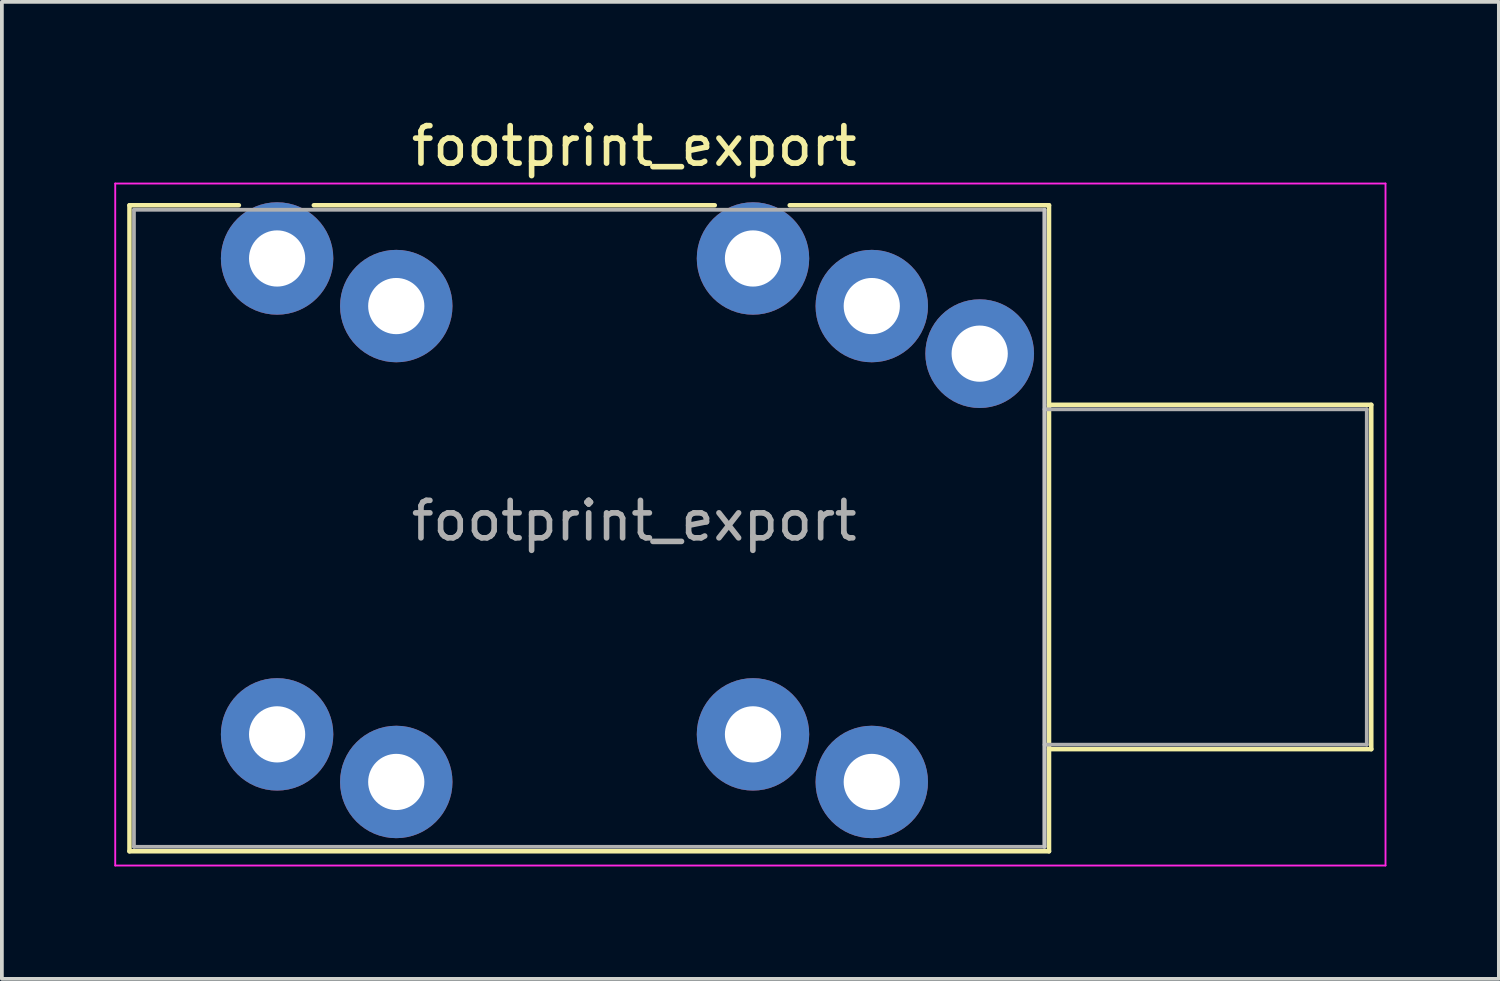
<source format=kicad_pcb>
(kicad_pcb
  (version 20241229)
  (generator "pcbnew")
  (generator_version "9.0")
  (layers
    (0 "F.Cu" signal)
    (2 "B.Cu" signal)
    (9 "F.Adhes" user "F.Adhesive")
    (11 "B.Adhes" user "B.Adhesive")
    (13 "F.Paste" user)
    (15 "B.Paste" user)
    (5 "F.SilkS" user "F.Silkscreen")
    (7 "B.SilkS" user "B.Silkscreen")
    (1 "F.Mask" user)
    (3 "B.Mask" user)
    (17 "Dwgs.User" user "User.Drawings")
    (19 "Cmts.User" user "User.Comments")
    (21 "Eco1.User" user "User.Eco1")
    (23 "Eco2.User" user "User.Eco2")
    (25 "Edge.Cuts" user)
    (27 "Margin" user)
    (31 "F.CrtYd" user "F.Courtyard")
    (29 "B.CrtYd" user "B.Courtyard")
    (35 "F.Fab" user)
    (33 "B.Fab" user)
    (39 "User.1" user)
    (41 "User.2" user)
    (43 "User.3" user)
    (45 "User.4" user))
  (footprint "footprint_export"
    (layer "F.Cu")
    (at 4.345 3.848)
    (property "Reference" "footprint_export" (at 9.53 -3 0) (layer "F.SilkS") (effects (font (size 1 1) (thickness 0.15))))
    (attr through_hole)
    (fp_line (start -3.94 -1.42) (end -1.02 -1.42) (stroke (width 0.12) (type solid)) (layer "F.SilkS"))
    (fp_line (start -3.94 15.82) (end -3.94 -1.42) (stroke (width 0.12) (type solid)) (layer "F.SilkS"))
    (fp_line (start -3.94 15.82) (end 20.6 15.82) (stroke (width 0.12) (type solid)) (layer "F.SilkS"))
    (fp_line (start 0.98 -1.42) (end 11.68 -1.42) (stroke (width 0.12) (type solid)) (layer "F.SilkS"))
    (fp_line (start 13.68 -1.42) (end 20.6 -1.42) (stroke (width 0.12) (type solid)) (layer "F.SilkS"))
    (fp_line (start 20.6 -1.42) (end 20.6 15.82) (stroke (width 0.12) (type solid)) (layer "F.SilkS"))
    (fp_line (start 29.2 3.905) (end 20.6 3.905) (stroke (width 0.12) (type solid)) (layer "F.SilkS"))
    (fp_line (start 29.2 13.095) (end 20.6 13.095) (stroke (width 0.12) (type solid)) (layer "F.SilkS"))
    (fp_line (start 29.2 13.095) (end 29.2 3.905) (stroke (width 0.12) (type solid)) (layer "F.SilkS"))
    (fp_line (start 20.48 -1.3) (end 20.48 15.7) (stroke (width 0.1) (type solid)) (layer "Dwgs.User"))
    (fp_line (start -4.32 16.2) (end -4.32 -2) (stroke (width 0.05) (type solid)) (layer "F.CrtYd"))
    (fp_line (start -4.32 16.2) (end 29.58 16.2) (stroke (width 0.05) (type solid)) (layer "F.CrtYd"))
    (fp_line (start 29.58 -2) (end -4.32 -2) (stroke (width 0.05) (type solid)) (layer "F.CrtYd"))
    (fp_line (start 29.58 16.2) (end 29.58 -2) (stroke (width 0.05) (type solid)) (layer "F.CrtYd"))
    (fp_line (start -3.82 -1.3) (end 20.48 -1.3) (stroke (width 0.1) (type solid)) (layer "F.Fab"))
    (fp_line (start -3.82 15.7) (end -3.82 -1.3) (stroke (width 0.1) (type solid)) (layer "F.Fab"))
    (fp_line (start 20.48 -1.3) (end 20.48 15.7) (stroke (width 0.1) (type solid)) (layer "F.Fab"))
    (fp_line (start 20.48 12.975) (end 29.08 12.975) (stroke (width 0.1) (type solid)) (layer "F.Fab"))
    (fp_line (start 20.48 15.7) (end -3.82 15.7) (stroke (width 0.1) (type solid)) (layer "F.Fab"))
    (fp_line (start 29.08 4.025) (end 20.48 4.025) (stroke (width 0.1) (type solid)) (layer "F.Fab"))
    (fp_line (start 29.08 12.975) (end 29.08 4.025) (stroke (width 0.1) (type solid)) (layer "F.Fab"))
    (fp_text user "${REFERENCE}" (at 9.53 7 0) (layer "F.Fab") (effects (font (size 1 1) (thickness 0.15))))
    (pad "G" thru_hole circle (at 18.75 2.54) (size 2.9 2.9) (drill 1.5) (layers "*.Cu" "*.Mask"))
    (pad "S1" thru_hole circle (at 12.7 0) (size 3 3) (drill 1.5) (layers "*.Cu" "*.Mask"))
    (pad "S2" thru_hole circle (at 15.87 1.27) (size 3 3) (drill 1.5) (layers "*.Cu" "*.Mask"))
    (pad "SN1" thru_hole circle (at 12.7 12.7) (size 3 3) (drill 1.5) (layers "*.Cu" "*.Mask"))
    (pad "SN2" thru_hole circle (at 15.87 13.97) (size 3 3) (drill 1.5) (layers "*.Cu" "*.Mask"))
    (pad "T1" thru_hole circle (at 0 0) (size 3 3) (drill 1.5) (layers "*.Cu" "*.Mask"))
    (pad "T2" thru_hole circle (at 3.18 1.27) (size 3 3) (drill 1.5) (layers "*.Cu" "*.Mask"))
    (pad "TN1" thru_hole circle (at 0 12.7) (size 3 3) (drill 1.5) (layers "*.Cu" "*.Mask"))
    (pad "TN2" thru_hole circle (at 3.18 13.97) (size 3 3) (drill 1.5) (layers "*.Cu" "*.Mask")))
  (gr_rect
    (start -3 -3)
    (end 36.95 23.073)
    (stroke (width 0.1) (type default))
    (fill no)
    (layer "Edge.Cuts")))
</source>
